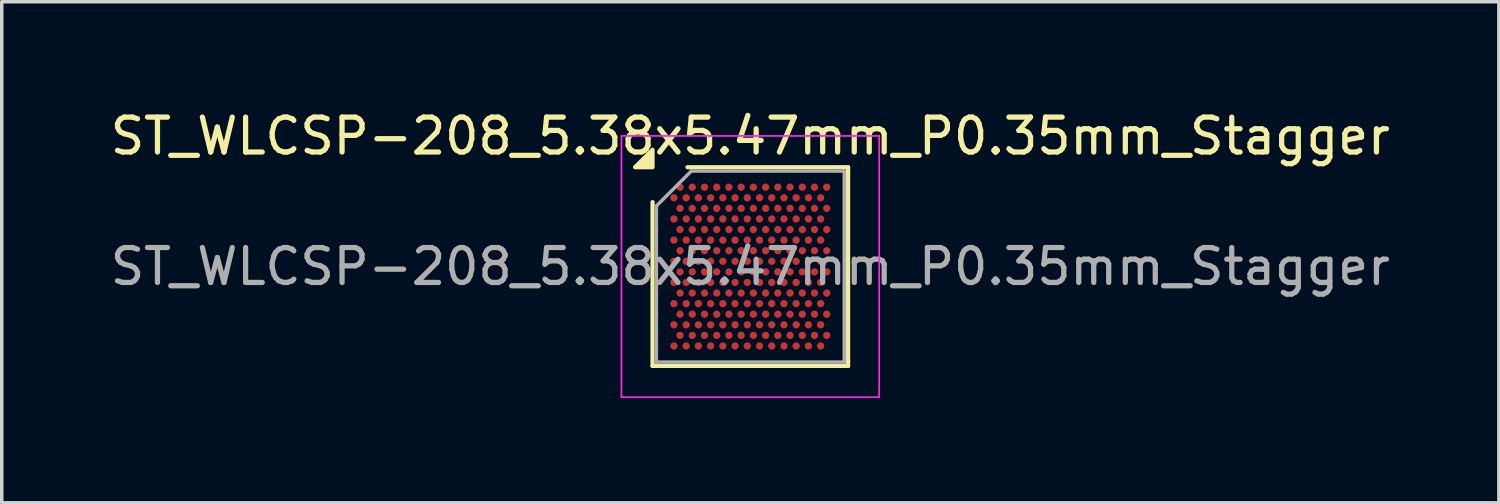
<source format=kicad_pcb>
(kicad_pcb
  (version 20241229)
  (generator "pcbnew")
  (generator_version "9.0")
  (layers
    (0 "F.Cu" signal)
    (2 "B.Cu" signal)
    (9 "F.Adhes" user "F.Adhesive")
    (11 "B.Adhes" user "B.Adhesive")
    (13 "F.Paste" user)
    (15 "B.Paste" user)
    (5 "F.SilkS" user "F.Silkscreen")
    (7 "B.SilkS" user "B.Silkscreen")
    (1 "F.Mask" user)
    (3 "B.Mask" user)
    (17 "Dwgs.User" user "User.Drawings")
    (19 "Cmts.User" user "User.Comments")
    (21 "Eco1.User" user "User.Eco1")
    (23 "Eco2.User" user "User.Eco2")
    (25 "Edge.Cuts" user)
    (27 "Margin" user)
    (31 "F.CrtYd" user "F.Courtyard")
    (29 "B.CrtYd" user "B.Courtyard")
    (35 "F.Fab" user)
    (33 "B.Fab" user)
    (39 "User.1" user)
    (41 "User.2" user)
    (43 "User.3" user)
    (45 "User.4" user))
  (footprint "ST_WLCSP-208_5.38x5.47mm_P0.35mm_Stagger"
    (layer "F.Cu")
    (at 18.435 4.583)
    (property "Reference" "ST_WLCSP-208_5.38x5.47mm_P0.35mm_Stagger" (at 0 -3.735 0) (layer "F.SilkS") (effects (font (size 1 1) (thickness 0.15))))
    (attr smd)
    (fp_line (start -2.8 2.845) (end -2.8 -1.845) (stroke (width 0.12) (type solid)) (layer "F.SilkS"))
    (fp_line (start -1.8 -2.845) (end 2.8 -2.845) (stroke (width 0.12) (type solid)) (layer "F.SilkS"))
    (fp_line (start 2.8 -2.845) (end 2.8 2.845) (stroke (width 0.12) (type solid)) (layer "F.SilkS"))
    (fp_line (start 2.8 2.845) (end -2.8 2.845) (stroke (width 0.12) (type solid)) (layer "F.SilkS"))
    (fp_poly (pts (xy -2.8 -2.845) (xy -3.3 -2.845) (xy -2.8 -3.345) (xy -2.8 -2.845)) (stroke (width 0.12) (type solid)) (fill yes) (layer "F.SilkS"))
    (fp_line (start -3.69 -3.74) (end -3.69 3.74) (stroke (width 0.05) (type solid)) (layer "F.CrtYd"))
    (fp_line (start -3.69 3.74) (end 3.69 3.74) (stroke (width 0.05) (type solid)) (layer "F.CrtYd"))
    (fp_line (start 3.69 -3.74) (end -3.69 -3.74) (stroke (width 0.05) (type solid)) (layer "F.CrtYd"))
    (fp_line (start 3.69 3.74) (end 3.69 -3.74) (stroke (width 0.05) (type solid)) (layer "F.CrtYd"))
    (fp_line (start -2.69 -1.735) (end -1.69 -2.735) (stroke (width 0.1) (type solid)) (layer "F.Fab"))
    (fp_line (start -2.69 2.735) (end -2.69 -1.735) (stroke (width 0.1) (type solid)) (layer "F.Fab"))
    (fp_line (start -1.69 -2.735) (end 2.69 -2.735) (stroke (width 0.1) (type solid)) (layer "F.Fab"))
    (fp_line (start 2.69 -2.735) (end 2.69 2.735) (stroke (width 0.1) (type solid)) (layer "F.Fab"))
    (fp_line (start 2.69 2.735) (end -2.69 2.735) (stroke (width 0.1) (type solid)) (layer "F.Fab"))
    (fp_text user "${REFERENCE}" (at 0 0 0) (layer "F.Fab") (effects (font (size 1 1) (thickness 0.15))))
    (pad "A2" smd circle (at -2.013 -2.273) (size 0.21 0.21) (property pad_prop_bga) (layers "F.Cu" "F.Mask" "F.Paste"))
    (pad "A4" smd circle (at -1.663 -2.273) (size 0.21 0.21) (property pad_prop_bga) (layers "F.Cu" "F.Mask" "F.Paste"))
    (pad "A6" smd circle (at -1.312 -2.273) (size 0.21 0.21) (property pad_prop_bga) (layers "F.Cu" "F.Mask" "F.Paste"))
    (pad "A8" smd circle (at -0.963 -2.273) (size 0.21 0.21) (property pad_prop_bga) (layers "F.Cu" "F.Mask" "F.Paste"))
    (pad "A10" smd circle (at -0.613 -2.273) (size 0.21 0.21) (property pad_prop_bga) (layers "F.Cu" "F.Mask" "F.Paste"))
    (pad "A12" smd circle (at -0.263 -2.273) (size 0.21 0.21) (property pad_prop_bga) (layers "F.Cu" "F.Mask" "F.Paste"))
    (pad "A14" smd circle (at 0.087 -2.273) (size 0.21 0.21) (property pad_prop_bga) (layers "F.Cu" "F.Mask" "F.Paste"))
    (pad "A16" smd circle (at 0.438 -2.273) (size 0.21 0.21) (property pad_prop_bga) (layers "F.Cu" "F.Mask" "F.Paste"))
    (pad "A18" smd circle (at 0.787 -2.273) (size 0.21 0.21) (property pad_prop_bga) (layers "F.Cu" "F.Mask" "F.Paste"))
    (pad "A20" smd circle (at 1.137 -2.273) (size 0.21 0.21) (property pad_prop_bga) (layers "F.Cu" "F.Mask" "F.Paste"))
    (pad "A22" smd circle (at 1.488 -2.273) (size 0.21 0.21) (property pad_prop_bga) (layers "F.Cu" "F.Mask" "F.Paste"))
    (pad "A24" smd circle (at 1.837 -2.273) (size 0.21 0.21) (property pad_prop_bga) (layers "F.Cu" "F.Mask" "F.Paste"))
    (pad "A26" smd circle (at 2.188 -2.273) (size 0.21 0.21) (property pad_prop_bga) (layers "F.Cu" "F.Mask" "F.Paste"))
    (pad "B1" smd circle (at -2.188 -1.97) (size 0.21 0.21) (property pad_prop_bga) (layers "F.Cu" "F.Mask" "F.Paste"))
    (pad "B3" smd circle (at -1.837 -1.97) (size 0.21 0.21) (property pad_prop_bga) (layers "F.Cu" "F.Mask" "F.Paste"))
    (pad "B5" smd circle (at -1.488 -1.97) (size 0.21 0.21) (property pad_prop_bga) (layers "F.Cu" "F.Mask" "F.Paste"))
    (pad "B7" smd circle (at -1.137 -1.97) (size 0.21 0.21) (property pad_prop_bga) (layers "F.Cu" "F.Mask" "F.Paste"))
    (pad "B9" smd circle (at -0.787 -1.97) (size 0.21 0.21) (property pad_prop_bga) (layers "F.Cu" "F.Mask" "F.Paste"))
    (pad "B11" smd circle (at -0.438 -1.97) (size 0.21 0.21) (property pad_prop_bga) (layers "F.Cu" "F.Mask" "F.Paste"))
    (pad "B13" smd circle (at -0.087 -1.97) (size 0.21 0.21) (property pad_prop_bga) (layers "F.Cu" "F.Mask" "F.Paste"))
    (pad "B15" smd circle (at 0.263 -1.97) (size 0.21 0.21) (property pad_prop_bga) (layers "F.Cu" "F.Mask" "F.Paste"))
    (pad "B17" smd circle (at 0.613 -1.97) (size 0.21 0.21) (property pad_prop_bga) (layers "F.Cu" "F.Mask" "F.Paste"))
    (pad "B19" smd circle (at 0.963 -1.97) (size 0.21 0.21) (property pad_prop_bga) (layers "F.Cu" "F.Mask" "F.Paste"))
    (pad "B21" smd circle (at 1.312 -1.97) (size 0.21 0.21) (property pad_prop_bga) (layers "F.Cu" "F.Mask" "F.Paste"))
    (pad "B23" smd circle (at 1.663 -1.97) (size 0.21 0.21) (property pad_prop_bga) (layers "F.Cu" "F.Mask" "F.Paste"))
    (pad "B25" smd circle (at 2.013 -1.97) (size 0.21 0.21) (property pad_prop_bga) (layers "F.Cu" "F.Mask" "F.Paste"))
    (pad "C2" smd circle (at -2.013 -1.667) (size 0.21 0.21) (property pad_prop_bga) (layers "F.Cu" "F.Mask" "F.Paste"))
    (pad "C4" smd circle (at -1.663 -1.667) (size 0.21 0.21) (property pad_prop_bga) (layers "F.Cu" "F.Mask" "F.Paste"))
    (pad "C6" smd circle (at -1.312 -1.667) (size 0.21 0.21) (property pad_prop_bga) (layers "F.Cu" "F.Mask" "F.Paste"))
    (pad "C8" smd circle (at -0.963 -1.667) (size 0.21 0.21) (property pad_prop_bga) (layers "F.Cu" "F.Mask" "F.Paste"))
    (pad "C10" smd circle (at -0.613 -1.667) (size 0.21 0.21) (property pad_prop_bga) (layers "F.Cu" "F.Mask" "F.Paste"))
    (pad "C12" smd circle (at -0.263 -1.667) (size 0.21 0.21) (property pad_prop_bga) (layers "F.Cu" "F.Mask" "F.Paste"))
    (pad "C14" smd circle (at 0.087 -1.667) (size 0.21 0.21) (property pad_prop_bga) (layers "F.Cu" "F.Mask" "F.Paste"))
    (pad "C16" smd circle (at 0.438 -1.667) (size 0.21 0.21) (property pad_prop_bga) (layers "F.Cu" "F.Mask" "F.Paste"))
    (pad "C18" smd circle (at 0.787 -1.667) (size 0.21 0.21) (property pad_prop_bga) (layers "F.Cu" "F.Mask" "F.Paste"))
    (pad "C20" smd circle (at 1.137 -1.667) (size 0.21 0.21) (property pad_prop_bga) (layers "F.Cu" "F.Mask" "F.Paste"))
    (pad "C22" smd circle (at 1.488 -1.667) (size 0.21 0.21) (property pad_prop_bga) (layers "F.Cu" "F.Mask" "F.Paste"))
    (pad "C24" smd circle (at 1.837 -1.667) (size 0.21 0.21) (property pad_prop_bga) (layers "F.Cu" "F.Mask" "F.Paste"))
    (pad "C26" smd circle (at 2.188 -1.667) (size 0.21 0.21) (property pad_prop_bga) (layers "F.Cu" "F.Mask" "F.Paste"))
    (pad "D1" smd circle (at -2.188 -1.364) (size 0.21 0.21) (property pad_prop_bga) (layers "F.Cu" "F.Mask" "F.Paste"))
    (pad "D3" smd circle (at -1.837 -1.364) (size 0.21 0.21) (property pad_prop_bga) (layers "F.Cu" "F.Mask" "F.Paste"))
    (pad "D5" smd circle (at -1.488 -1.364) (size 0.21 0.21) (property pad_prop_bga) (layers "F.Cu" "F.Mask" "F.Paste"))
    (pad "D7" smd circle (at -1.137 -1.364) (size 0.21 0.21) (property pad_prop_bga) (layers "F.Cu" "F.Mask" "F.Paste"))
    (pad "D9" smd circle (at -0.787 -1.364) (size 0.21 0.21) (property pad_prop_bga) (layers "F.Cu" "F.Mask" "F.Paste"))
    (pad "D11" smd circle (at -0.438 -1.364) (size 0.21 0.21) (property pad_prop_bga) (layers "F.Cu" "F.Mask" "F.Paste"))
    (pad "D13" smd circle (at -0.087 -1.364) (size 0.21 0.21) (property pad_prop_bga) (layers "F.Cu" "F.Mask" "F.Paste"))
    (pad "D15" smd circle (at 0.263 -1.364) (size 0.21 0.21) (property pad_prop_bga) (layers "F.Cu" "F.Mask" "F.Paste"))
    (pad "D17" smd circle (at 0.613 -1.364) (size 0.21 0.21) (property pad_prop_bga) (layers "F.Cu" "F.Mask" "F.Paste"))
    (pad "D19" smd circle (at 0.963 -1.364) (size 0.21 0.21) (property pad_prop_bga) (layers "F.Cu" "F.Mask" "F.Paste"))
    (pad "D21" smd circle (at 1.312 -1.364) (size 0.21 0.21) (property pad_prop_bga) (layers "F.Cu" "F.Mask" "F.Paste"))
    (pad "D23" smd circle (at 1.663 -1.364) (size 0.21 0.21) (property pad_prop_bga) (layers "F.Cu" "F.Mask" "F.Paste"))
    (pad "D25" smd circle (at 2.013 -1.364) (size 0.21 0.21) (property pad_prop_bga) (layers "F.Cu" "F.Mask" "F.Paste"))
    (pad "E2" smd circle (at -2.013 -1.061) (size 0.21 0.21) (property pad_prop_bga) (layers "F.Cu" "F.Mask" "F.Paste"))
    (pad "E4" smd circle (at -1.663 -1.061) (size 0.21 0.21) (property pad_prop_bga) (layers "F.Cu" "F.Mask" "F.Paste"))
    (pad "E6" smd circle (at -1.312 -1.061) (size 0.21 0.21) (property pad_prop_bga) (layers "F.Cu" "F.Mask" "F.Paste"))
    (pad "E8" smd circle (at -0.963 -1.061) (size 0.21 0.21) (property pad_prop_bga) (layers "F.Cu" "F.Mask" "F.Paste"))
    (pad "E10" smd circle (at -0.613 -1.061) (size 0.21 0.21) (property pad_prop_bga) (layers "F.Cu" "F.Mask" "F.Paste"))
    (pad "E12" smd circle (at -0.263 -1.061) (size 0.21 0.21) (property pad_prop_bga) (layers "F.Cu" "F.Mask" "F.Paste"))
    (pad "E14" smd circle (at 0.087 -1.061) (size 0.21 0.21) (property pad_prop_bga) (layers "F.Cu" "F.Mask" "F.Paste"))
    (pad "E16" smd circle (at 0.438 -1.061) (size 0.21 0.21) (property pad_prop_bga) (layers "F.Cu" "F.Mask" "F.Paste"))
    (pad "E18" smd circle (at 0.787 -1.061) (size 0.21 0.21) (property pad_prop_bga) (layers "F.Cu" "F.Mask" "F.Paste"))
    (pad "E20" smd circle (at 1.137 -1.061) (size 0.21 0.21) (property pad_prop_bga) (layers "F.Cu" "F.Mask" "F.Paste"))
    (pad "E22" smd circle (at 1.488 -1.061) (size 0.21 0.21) (property pad_prop_bga) (layers "F.Cu" "F.Mask" "F.Paste"))
    (pad "E24" smd circle (at 1.837 -1.061) (size 0.21 0.21) (property pad_prop_bga) (layers "F.Cu" "F.Mask" "F.Paste"))
    (pad "E26" smd circle (at 2.188 -1.061) (size 0.21 0.21) (property pad_prop_bga) (layers "F.Cu" "F.Mask" "F.Paste"))
    (pad "F1" smd circle (at -2.188 -0.758) (size 0.21 0.21) (property pad_prop_bga) (layers "F.Cu" "F.Mask" "F.Paste"))
    (pad "F3" smd circle (at -1.837 -0.758) (size 0.21 0.21) (property pad_prop_bga) (layers "F.Cu" "F.Mask" "F.Paste"))
    (pad "F5" smd circle (at -1.488 -0.758) (size 0.21 0.21) (property pad_prop_bga) (layers "F.Cu" "F.Mask" "F.Paste"))
    (pad "F7" smd circle (at -1.137 -0.758) (size 0.21 0.21) (property pad_prop_bga) (layers "F.Cu" "F.Mask" "F.Paste"))
    (pad "F9" smd circle (at -0.787 -0.758) (size 0.21 0.21) (property pad_prop_bga) (layers "F.Cu" "F.Mask" "F.Paste"))
    (pad "F11" smd circle (at -0.438 -0.758) (size 0.21 0.21) (property pad_prop_bga) (layers "F.Cu" "F.Mask" "F.Paste"))
    (pad "F13" smd circle (at -0.087 -0.758) (size 0.21 0.21) (property pad_prop_bga) (layers "F.Cu" "F.Mask" "F.Paste"))
    (pad "F15" smd circle (at 0.263 -0.758) (size 0.21 0.21) (property pad_prop_bga) (layers "F.Cu" "F.Mask" "F.Paste"))
    (pad "F17" smd circle (at 0.613 -0.758) (size 0.21 0.21) (property pad_prop_bga) (layers "F.Cu" "F.Mask" "F.Paste"))
    (pad "F19" smd circle (at 0.963 -0.758) (size 0.21 0.21) (property pad_prop_bga) (layers "F.Cu" "F.Mask" "F.Paste"))
    (pad "F21" smd circle (at 1.312 -0.758) (size 0.21 0.21) (property pad_prop_bga) (layers "F.Cu" "F.Mask" "F.Paste"))
    (pad "F23" smd circle (at 1.663 -0.758) (size 0.21 0.21) (property pad_prop_bga) (layers "F.Cu" "F.Mask" "F.Paste"))
    (pad "F25" smd circle (at 2.013 -0.758) (size 0.21 0.21) (property pad_prop_bga) (layers "F.Cu" "F.Mask" "F.Paste"))
    (pad "G2" smd circle (at -2.013 -0.455) (size 0.21 0.21) (property pad_prop_bga) (layers "F.Cu" "F.Mask" "F.Paste"))
    (pad "G4" smd circle (at -1.663 -0.455) (size 0.21 0.21) (property pad_prop_bga) (layers "F.Cu" "F.Mask" "F.Paste"))
    (pad "G6" smd circle (at -1.312 -0.455) (size 0.21 0.21) (property pad_prop_bga) (layers "F.Cu" "F.Mask" "F.Paste"))
    (pad "G8" smd circle (at -0.963 -0.455) (size 0.21 0.21) (property pad_prop_bga) (layers "F.Cu" "F.Mask" "F.Paste"))
    (pad "G10" smd circle (at -0.613 -0.455) (size 0.21 0.21) (property pad_prop_bga) (layers "F.Cu" "F.Mask" "F.Paste"))
    (pad "G12" smd circle (at -0.263 -0.455) (size 0.21 0.21) (property pad_prop_bga) (layers "F.Cu" "F.Mask" "F.Paste"))
    (pad "G14" smd circle (at 0.087 -0.455) (size 0.21 0.21) (property pad_prop_bga) (layers "F.Cu" "F.Mask" "F.Paste"))
    (pad "G16" smd circle (at 0.438 -0.455) (size 0.21 0.21) (property pad_prop_bga) (layers "F.Cu" "F.Mask" "F.Paste"))
    (pad "G18" smd circle (at 0.787 -0.455) (size 0.21 0.21) (property pad_prop_bga) (layers "F.Cu" "F.Mask" "F.Paste"))
    (pad "G20" smd circle (at 1.137 -0.455) (size 0.21 0.21) (property pad_prop_bga) (layers "F.Cu" "F.Mask" "F.Paste"))
    (pad "G22" smd circle (at 1.488 -0.455) (size 0.21 0.21) (property pad_prop_bga) (layers "F.Cu" "F.Mask" "F.Paste"))
    (pad "G24" smd circle (at 1.837 -0.455) (size 0.21 0.21) (property pad_prop_bga) (layers "F.Cu" "F.Mask" "F.Paste"))
    (pad "G26" smd circle (at 2.188 -0.455) (size 0.21 0.21) (property pad_prop_bga) (layers "F.Cu" "F.Mask" "F.Paste"))
    (pad "H1" smd circle (at -2.188 -0.152) (size 0.21 0.21) (property pad_prop_bga) (layers "F.Cu" "F.Mask" "F.Paste"))
    (pad "H3" smd circle (at -1.837 -0.152) (size 0.21 0.21) (property pad_prop_bga) (layers "F.Cu" "F.Mask" "F.Paste"))
    (pad "H5" smd circle (at -1.488 -0.152) (size 0.21 0.21) (property pad_prop_bga) (layers "F.Cu" "F.Mask" "F.Paste"))
    (pad "H7" smd circle (at -1.137 -0.152) (size 0.21 0.21) (property pad_prop_bga) (layers "F.Cu" "F.Mask" "F.Paste"))
    (pad "H9" smd circle (at -0.787 -0.152) (size 0.21 0.21) (property pad_prop_bga) (layers "F.Cu" "F.Mask" "F.Paste"))
    (pad "H11" smd circle (at -0.438 -0.152) (size 0.21 0.21) (property pad_prop_bga) (layers "F.Cu" "F.Mask" "F.Paste"))
    (pad "H13" smd circle (at -0.087 -0.152) (size 0.21 0.21) (property pad_prop_bga) (layers "F.Cu" "F.Mask" "F.Paste"))
    (pad "H15" smd circle (at 0.263 -0.152) (size 0.21 0.21) (property pad_prop_bga) (layers "F.Cu" "F.Mask" "F.Paste"))
    (pad "H17" smd circle (at 0.613 -0.152) (size 0.21 0.21) (property pad_prop_bga) (layers "F.Cu" "F.Mask" "F.Paste"))
    (pad "H19" smd circle (at 0.963 -0.152) (size 0.21 0.21) (property pad_prop_bga) (layers "F.Cu" "F.Mask" "F.Paste"))
    (pad "H21" smd circle (at 1.312 -0.152) (size 0.21 0.21) (property pad_prop_bga) (layers "F.Cu" "F.Mask" "F.Paste"))
    (pad "H23" smd circle (at 1.663 -0.152) (size 0.21 0.21) (property pad_prop_bga) (layers "F.Cu" "F.Mask" "F.Paste"))
    (pad "H25" smd circle (at 2.013 -0.152) (size 0.21 0.21) (property pad_prop_bga) (layers "F.Cu" "F.Mask" "F.Paste"))
    (pad "J2" smd circle (at -2.013 0.152) (size 0.21 0.21) (property pad_prop_bga) (layers "F.Cu" "F.Mask" "F.Paste"))
    (pad "J4" smd circle (at -1.663 0.152) (size 0.21 0.21) (property pad_prop_bga) (layers "F.Cu" "F.Mask" "F.Paste"))
    (pad "J6" smd circle (at -1.312 0.152) (size 0.21 0.21) (property pad_prop_bga) (layers "F.Cu" "F.Mask" "F.Paste"))
    (pad "J8" smd circle (at -0.963 0.152) (size 0.21 0.21) (property pad_prop_bga) (layers "F.Cu" "F.Mask" "F.Paste"))
    (pad "J10" smd circle (at -0.613 0.152) (size 0.21 0.21) (property pad_prop_bga) (layers "F.Cu" "F.Mask" "F.Paste"))
    (pad "J12" smd circle (at -0.263 0.152) (size 0.21 0.21) (property pad_prop_bga) (layers "F.Cu" "F.Mask" "F.Paste"))
    (pad "J14" smd circle (at 0.087 0.152) (size 0.21 0.21) (property pad_prop_bga) (layers "F.Cu" "F.Mask" "F.Paste"))
    (pad "J16" smd circle (at 0.438 0.152) (size 0.21 0.21) (property pad_prop_bga) (layers "F.Cu" "F.Mask" "F.Paste"))
    (pad "J18" smd circle (at 0.787 0.152) (size 0.21 0.21) (property pad_prop_bga) (layers "F.Cu" "F.Mask" "F.Paste"))
    (pad "J20" smd circle (at 1.137 0.152) (size 0.21 0.21) (property pad_prop_bga) (layers "F.Cu" "F.Mask" "F.Paste"))
    (pad "J22" smd circle (at 1.488 0.152) (size 0.21 0.21) (property pad_prop_bga) (layers "F.Cu" "F.Mask" "F.Paste"))
    (pad "J24" smd circle (at 1.837 0.152) (size 0.21 0.21) (property pad_prop_bga) (layers "F.Cu" "F.Mask" "F.Paste"))
    (pad "J26" smd circle (at 2.188 0.152) (size 0.21 0.21) (property pad_prop_bga) (layers "F.Cu" "F.Mask" "F.Paste"))
    (pad "K1" smd circle (at -2.188 0.455) (size 0.21 0.21) (property pad_prop_bga) (layers "F.Cu" "F.Mask" "F.Paste"))
    (pad "K3" smd circle (at -1.837 0.455) (size 0.21 0.21) (property pad_prop_bga) (layers "F.Cu" "F.Mask" "F.Paste"))
    (pad "K5" smd circle (at -1.488 0.455) (size 0.21 0.21) (property pad_prop_bga) (layers "F.Cu" "F.Mask" "F.Paste"))
    (pad "K7" smd circle (at -1.137 0.455) (size 0.21 0.21) (property pad_prop_bga) (layers "F.Cu" "F.Mask" "F.Paste"))
    (pad "K9" smd circle (at -0.787 0.455) (size 0.21 0.21) (property pad_prop_bga) (layers "F.Cu" "F.Mask" "F.Paste"))
    (pad "K11" smd circle (at -0.438 0.455) (size 0.21 0.21) (property pad_prop_bga) (layers "F.Cu" "F.Mask" "F.Paste"))
    (pad "K13" smd circle (at -0.087 0.455) (size 0.21 0.21) (property pad_prop_bga) (layers "F.Cu" "F.Mask" "F.Paste"))
    (pad "K15" smd circle (at 0.263 0.455) (size 0.21 0.21) (property pad_prop_bga) (layers "F.Cu" "F.Mask" "F.Paste"))
    (pad "K17" smd circle (at 0.613 0.455) (size 0.21 0.21) (property pad_prop_bga) (layers "F.Cu" "F.Mask" "F.Paste"))
    (pad "K19" smd circle (at 0.963 0.455) (size 0.21 0.21) (property pad_prop_bga) (layers "F.Cu" "F.Mask" "F.Paste"))
    (pad "K21" smd circle (at 1.312 0.455) (size 0.21 0.21) (property pad_prop_bga) (layers "F.Cu" "F.Mask" "F.Paste"))
    (pad "K23" smd circle (at 1.663 0.455) (size 0.21 0.21) (property pad_prop_bga) (layers "F.Cu" "F.Mask" "F.Paste"))
    (pad "K25" smd circle (at 2.013 0.455) (size 0.21 0.21) (property pad_prop_bga) (layers "F.Cu" "F.Mask" "F.Paste"))
    (pad "L2" smd circle (at -2.013 0.758) (size 0.21 0.21) (property pad_prop_bga) (layers "F.Cu" "F.Mask" "F.Paste"))
    (pad "L4" smd circle (at -1.663 0.758) (size 0.21 0.21) (property pad_prop_bga) (layers "F.Cu" "F.Mask" "F.Paste"))
    (pad "L6" smd circle (at -1.312 0.758) (size 0.21 0.21) (property pad_prop_bga) (layers "F.Cu" "F.Mask" "F.Paste"))
    (pad "L8" smd circle (at -0.963 0.758) (size 0.21 0.21) (property pad_prop_bga) (layers "F.Cu" "F.Mask" "F.Paste"))
    (pad "L10" smd circle (at -0.613 0.758) (size 0.21 0.21) (property pad_prop_bga) (layers "F.Cu" "F.Mask" "F.Paste"))
    (pad "L12" smd circle (at -0.263 0.758) (size 0.21 0.21) (property pad_prop_bga) (layers "F.Cu" "F.Mask" "F.Paste"))
    (pad "L14" smd circle (at 0.087 0.758) (size 0.21 0.21) (property pad_prop_bga) (layers "F.Cu" "F.Mask" "F.Paste"))
    (pad "L16" smd circle (at 0.438 0.758) (size 0.21 0.21) (property pad_prop_bga) (layers "F.Cu" "F.Mask" "F.Paste"))
    (pad "L18" smd circle (at 0.787 0.758) (size 0.21 0.21) (property pad_prop_bga) (layers "F.Cu" "F.Mask" "F.Paste"))
    (pad "L20" smd circle (at 1.137 0.758) (size 0.21 0.21) (property pad_prop_bga) (layers "F.Cu" "F.Mask" "F.Paste"))
    (pad "L22" smd circle (at 1.488 0.758) (size 0.21 0.21) (property pad_prop_bga) (layers "F.Cu" "F.Mask" "F.Paste"))
    (pad "L24" smd circle (at 1.837 0.758) (size 0.21 0.21) (property pad_prop_bga) (layers "F.Cu" "F.Mask" "F.Paste"))
    (pad "L26" smd circle (at 2.188 0.758) (size 0.21 0.21) (property pad_prop_bga) (layers "F.Cu" "F.Mask" "F.Paste"))
    (pad "M1" smd circle (at -2.188 1.061) (size 0.21 0.21) (property pad_prop_bga) (layers "F.Cu" "F.Mask" "F.Paste"))
    (pad "M3" smd circle (at -1.837 1.061) (size 0.21 0.21) (property pad_prop_bga) (layers "F.Cu" "F.Mask" "F.Paste"))
    (pad "M5" smd circle (at -1.488 1.061) (size 0.21 0.21) (property pad_prop_bga) (layers "F.Cu" "F.Mask" "F.Paste"))
    (pad "M7" smd circle (at -1.137 1.061) (size 0.21 0.21) (property pad_prop_bga) (layers "F.Cu" "F.Mask" "F.Paste"))
    (pad "M9" smd circle (at -0.787 1.061) (size 0.21 0.21) (property pad_prop_bga) (layers "F.Cu" "F.Mask" "F.Paste"))
    (pad "M11" smd circle (at -0.438 1.061) (size 0.21 0.21) (property pad_prop_bga) (layers "F.Cu" "F.Mask" "F.Paste"))
    (pad "M13" smd circle (at -0.087 1.061) (size 0.21 0.21) (property pad_prop_bga) (layers "F.Cu" "F.Mask" "F.Paste"))
    (pad "M15" smd circle (at 0.263 1.061) (size 0.21 0.21) (property pad_prop_bga) (layers "F.Cu" "F.Mask" "F.Paste"))
    (pad "M17" smd circle (at 0.613 1.061) (size 0.21 0.21) (property pad_prop_bga) (layers "F.Cu" "F.Mask" "F.Paste"))
    (pad "M19" smd circle (at 0.963 1.061) (size 0.21 0.21) (property pad_prop_bga) (layers "F.Cu" "F.Mask" "F.Paste"))
    (pad "M21" smd circle (at 1.312 1.061) (size 0.21 0.21) (property pad_prop_bga) (layers "F.Cu" "F.Mask" "F.Paste"))
    (pad "M23" smd circle (at 1.663 1.061) (size 0.21 0.21) (property pad_prop_bga) (layers "F.Cu" "F.Mask" "F.Paste"))
    (pad "M25" smd circle (at 2.013 1.061) (size 0.21 0.21) (property pad_prop_bga) (layers "F.Cu" "F.Mask" "F.Paste"))
    (pad "N2" smd circle (at -2.013 1.364) (size 0.21 0.21) (property pad_prop_bga) (layers "F.Cu" "F.Mask" "F.Paste"))
    (pad "N4" smd circle (at -1.663 1.364) (size 0.21 0.21) (property pad_prop_bga) (layers "F.Cu" "F.Mask" "F.Paste"))
    (pad "N6" smd circle (at -1.312 1.364) (size 0.21 0.21) (property pad_prop_bga) (layers "F.Cu" "F.Mask" "F.Paste"))
    (pad "N8" smd circle (at -0.963 1.364) (size 0.21 0.21) (property pad_prop_bga) (layers "F.Cu" "F.Mask" "F.Paste"))
    (pad "N10" smd circle (at -0.613 1.364) (size 0.21 0.21) (property pad_prop_bga) (layers "F.Cu" "F.Mask" "F.Paste"))
    (pad "N12" smd circle (at -0.263 1.364) (size 0.21 0.21) (property pad_prop_bga) (layers "F.Cu" "F.Mask" "F.Paste"))
    (pad "N14" smd circle (at 0.087 1.364) (size 0.21 0.21) (property pad_prop_bga) (layers "F.Cu" "F.Mask" "F.Paste"))
    (pad "N16" smd circle (at 0.438 1.364) (size 0.21 0.21) (property pad_prop_bga) (layers "F.Cu" "F.Mask" "F.Paste"))
    (pad "N18" smd circle (at 0.787 1.364) (size 0.21 0.21) (property pad_prop_bga) (layers "F.Cu" "F.Mask" "F.Paste"))
    (pad "N20" smd circle (at 1.137 1.364) (size 0.21 0.21) (property pad_prop_bga) (layers "F.Cu" "F.Mask" "F.Paste"))
    (pad "N22" smd circle (at 1.488 1.364) (size 0.21 0.21) (property pad_prop_bga) (layers "F.Cu" "F.Mask" "F.Paste"))
    (pad "N24" smd circle (at 1.837 1.364) (size 0.21 0.21) (property pad_prop_bga) (layers "F.Cu" "F.Mask" "F.Paste"))
    (pad "N26" smd circle (at 2.188 1.364) (size 0.21 0.21) (property pad_prop_bga) (layers "F.Cu" "F.Mask" "F.Paste"))
    (pad "P1" smd circle (at -2.188 1.667) (size 0.21 0.21) (property pad_prop_bga) (layers "F.Cu" "F.Mask" "F.Paste"))
    (pad "P3" smd circle (at -1.837 1.667) (size 0.21 0.21) (property pad_prop_bga) (layers "F.Cu" "F.Mask" "F.Paste"))
    (pad "P5" smd circle (at -1.488 1.667) (size 0.21 0.21) (property pad_prop_bga) (layers "F.Cu" "F.Mask" "F.Paste"))
    (pad "P7" smd circle (at -1.137 1.667) (size 0.21 0.21) (property pad_prop_bga) (layers "F.Cu" "F.Mask" "F.Paste"))
    (pad "P9" smd circle (at -0.787 1.667) (size 0.21 0.21) (property pad_prop_bga) (layers "F.Cu" "F.Mask" "F.Paste"))
    (pad "P11" smd circle (at -0.438 1.667) (size 0.21 0.21) (property pad_prop_bga) (layers "F.Cu" "F.Mask" "F.Paste"))
    (pad "P13" smd circle (at -0.087 1.667) (size 0.21 0.21) (property pad_prop_bga) (layers "F.Cu" "F.Mask" "F.Paste"))
    (pad "P15" smd circle (at 0.263 1.667) (size 0.21 0.21) (property pad_prop_bga) (layers "F.Cu" "F.Mask" "F.Paste"))
    (pad "P17" smd circle (at 0.613 1.667) (size 0.21 0.21) (property pad_prop_bga) (layers "F.Cu" "F.Mask" "F.Paste"))
    (pad "P19" smd circle (at 0.963 1.667) (size 0.21 0.21) (property pad_prop_bga) (layers "F.Cu" "F.Mask" "F.Paste"))
    (pad "P21" smd circle (at 1.312 1.667) (size 0.21 0.21) (property pad_prop_bga) (layers "F.Cu" "F.Mask" "F.Paste"))
    (pad "P23" smd circle (at 1.663 1.667) (size 0.21 0.21) (property pad_prop_bga) (layers "F.Cu" "F.Mask" "F.Paste"))
    (pad "P25" smd circle (at 2.013 1.667) (size 0.21 0.21) (property pad_prop_bga) (layers "F.Cu" "F.Mask" "F.Paste"))
    (pad "R2" smd circle (at -2.013 1.97) (size 0.21 0.21) (property pad_prop_bga) (layers "F.Cu" "F.Mask" "F.Paste"))
    (pad "R4" smd circle (at -1.663 1.97) (size 0.21 0.21) (property pad_prop_bga) (layers "F.Cu" "F.Mask" "F.Paste"))
    (pad "R6" smd circle (at -1.312 1.97) (size 0.21 0.21) (property pad_prop_bga) (layers "F.Cu" "F.Mask" "F.Paste"))
    (pad "R8" smd circle (at -0.963 1.97) (size 0.21 0.21) (property pad_prop_bga) (layers "F.Cu" "F.Mask" "F.Paste"))
    (pad "R10" smd circle (at -0.613 1.97) (size 0.21 0.21) (property pad_prop_bga) (layers "F.Cu" "F.Mask" "F.Paste"))
    (pad "R12" smd circle (at -0.263 1.97) (size 0.21 0.21) (property pad_prop_bga) (layers "F.Cu" "F.Mask" "F.Paste"))
    (pad "R14" smd circle (at 0.087 1.97) (size 0.21 0.21) (property pad_prop_bga) (layers "F.Cu" "F.Mask" "F.Paste"))
    (pad "R16" smd circle (at 0.438 1.97) (size 0.21 0.21) (property pad_prop_bga) (layers "F.Cu" "F.Mask" "F.Paste"))
    (pad "R18" smd circle (at 0.787 1.97) (size 0.21 0.21) (property pad_prop_bga) (layers "F.Cu" "F.Mask" "F.Paste"))
    (pad "R20" smd circle (at 1.137 1.97) (size 0.21 0.21) (property pad_prop_bga) (layers "F.Cu" "F.Mask" "F.Paste"))
    (pad "R22" smd circle (at 1.488 1.97) (size 0.21 0.21) (property pad_prop_bga) (layers "F.Cu" "F.Mask" "F.Paste"))
    (pad "R24" smd circle (at 1.837 1.97) (size 0.21 0.21) (property pad_prop_bga) (layers "F.Cu" "F.Mask" "F.Paste"))
    (pad "R26" smd circle (at 2.188 1.97) (size 0.21 0.21) (property pad_prop_bga) (layers "F.Cu" "F.Mask" "F.Paste"))
    (pad "T1" smd circle (at -2.188 2.273) (size 0.21 0.21) (property pad_prop_bga) (layers "F.Cu" "F.Mask" "F.Paste"))
    (pad "T3" smd circle (at -1.837 2.273) (size 0.21 0.21) (property pad_prop_bga) (layers "F.Cu" "F.Mask" "F.Paste"))
    (pad "T5" smd circle (at -1.488 2.273) (size 0.21 0.21) (property pad_prop_bga) (layers "F.Cu" "F.Mask" "F.Paste"))
    (pad "T7" smd circle (at -1.137 2.273) (size 0.21 0.21) (property pad_prop_bga) (layers "F.Cu" "F.Mask" "F.Paste"))
    (pad "T9" smd circle (at -0.787 2.273) (size 0.21 0.21) (property pad_prop_bga) (layers "F.Cu" "F.Mask" "F.Paste"))
    (pad "T11" smd circle (at -0.438 2.273) (size 0.21 0.21) (property pad_prop_bga) (layers "F.Cu" "F.Mask" "F.Paste"))
    (pad "T13" smd circle (at -0.087 2.273) (size 0.21 0.21) (property pad_prop_bga) (layers "F.Cu" "F.Mask" "F.Paste"))
    (pad "T15" smd circle (at 0.263 2.273) (size 0.21 0.21) (property pad_prop_bga) (layers "F.Cu" "F.Mask" "F.Paste"))
    (pad "T17" smd circle (at 0.613 2.273) (size 0.21 0.21) (property pad_prop_bga) (layers "F.Cu" "F.Mask" "F.Paste"))
    (pad "T19" smd circle (at 0.963 2.273) (size 0.21 0.21) (property pad_prop_bga) (layers "F.Cu" "F.Mask" "F.Paste"))
    (pad "T21" smd circle (at 1.312 2.273) (size 0.21 0.21) (property pad_prop_bga) (layers "F.Cu" "F.Mask" "F.Paste"))
    (pad "T23" smd circle (at 1.663 2.273) (size 0.21 0.21) (property pad_prop_bga) (layers "F.Cu" "F.Mask" "F.Paste"))
    (pad "T25" smd circle (at 2.013 2.273) (size 0.21 0.21) (property pad_prop_bga) (layers "F.Cu" "F.Mask" "F.Paste")))
  (gr_rect
    (start -3 -3)
    (end 39.869 11.348)
    (stroke (width 0.1) (type default))
    (fill no)
    (layer "Edge.Cuts")))
</source>
